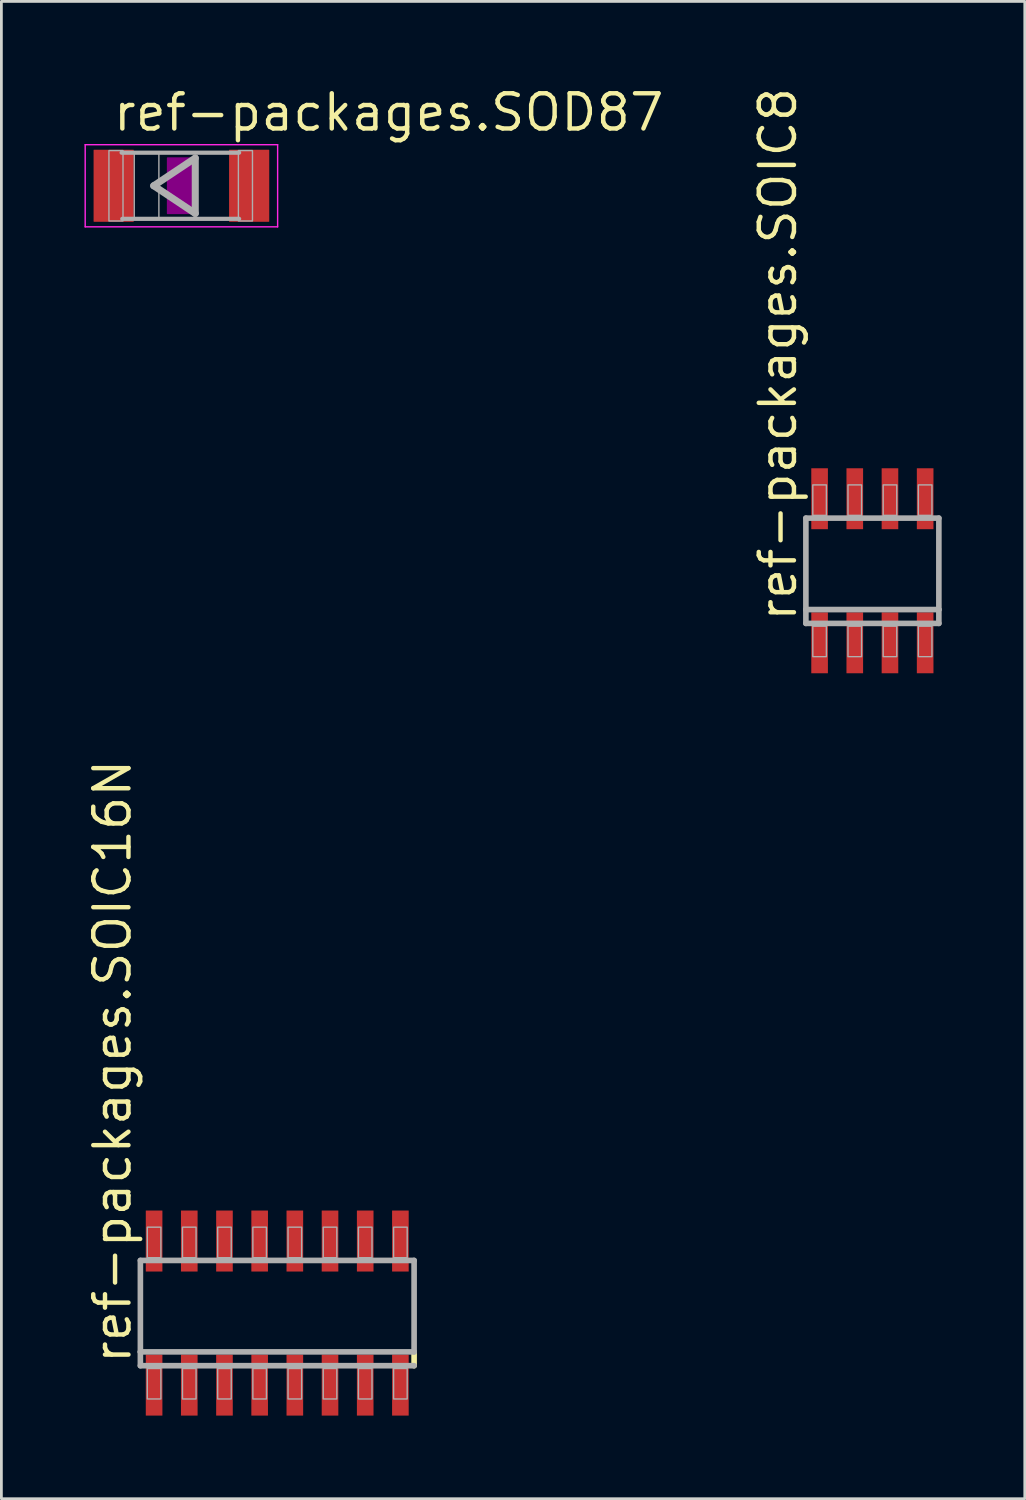
<source format=kicad_pcb>
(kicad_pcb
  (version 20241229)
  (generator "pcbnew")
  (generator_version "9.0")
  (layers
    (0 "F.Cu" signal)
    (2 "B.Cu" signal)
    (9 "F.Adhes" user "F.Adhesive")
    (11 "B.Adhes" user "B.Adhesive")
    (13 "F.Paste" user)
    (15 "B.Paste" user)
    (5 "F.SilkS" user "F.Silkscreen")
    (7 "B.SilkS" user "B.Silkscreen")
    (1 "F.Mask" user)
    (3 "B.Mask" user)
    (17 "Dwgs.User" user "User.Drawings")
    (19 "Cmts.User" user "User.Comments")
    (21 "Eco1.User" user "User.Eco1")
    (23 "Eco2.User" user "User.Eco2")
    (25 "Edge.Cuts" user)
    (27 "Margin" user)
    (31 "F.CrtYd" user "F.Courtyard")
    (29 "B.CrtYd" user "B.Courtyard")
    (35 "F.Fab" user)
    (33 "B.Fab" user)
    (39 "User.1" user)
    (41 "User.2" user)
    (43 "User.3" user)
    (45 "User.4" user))
  (footprint "ref-packages.SOD87"
    (layer "F.Cu")
    (at 3.498 3.655)
    (property "Reference" "ref-packages.SOD87" (at -2.54 -1.905 0) (layer "F.SilkS") (effects (font (size 1.27 1.27) (thickness 0.16)) (justify left bottom)))
    (attr smd)
    (fp_rect (start -0.5 1) (end 0.5 -1) (stroke (width 0.05) (type default)) (fill yes) (layer "F.Adhes"))
    (fp_line (start -3.473 -1.483) (end 3.473 -1.483) (stroke (width 0.051) (type default)) (layer "F.CrtYd"))
    (fp_line (start -3.473 1.483) (end -3.473 -1.483) (stroke (width 0.051) (type default)) (layer "F.CrtYd"))
    (fp_line (start 3.473 -1.483) (end 3.473 1.483) (stroke (width 0.051) (type default)) (layer "F.CrtYd"))
    (fp_line (start 3.473 1.483) (end -3.473 1.483) (stroke (width 0.051) (type default)) (layer "F.CrtYd"))
    (fp_line (start -1 0) (end 0.5 -1) (stroke (width 0.254) (type default)) (layer "F.Fab"))
    (fp_line (start 0.5 -1) (end 0.5 1) (stroke (width 0.254) (type default)) (layer "F.Fab"))
    (fp_line (start 0.5 1) (end -1 0) (stroke (width 0.254) (type default)) (layer "F.Fab"))
    (fp_line (start 2.083 -1.194) (end -2.159 -1.194) (stroke (width 0.152) (type default)) (layer "F.Fab"))
    (fp_line (start 2.083 1.194) (end -2.134 1.194) (stroke (width 0.152) (type default)) (layer "F.Fab"))
    (fp_rect (start -2.616 1.27) (end -2.108 -1.27) (stroke (width 0.05) (type default)) (fill no) (layer "F.Fab"))
    (fp_rect (start -1.702 1.194) (end -0.813 -1.194) (stroke (width 0.05) (type default)) (fill no) (layer "F.Fab"))
    (fp_rect (start 2.057 1.27) (end 2.565 -1.27) (stroke (width 0.05) (type default)) (fill no) (layer "F.Fab"))
    (pad "1" smd roundrect (at -2.445 0) (size 1.45 2.6) (layers "F.Cu" "F.Mask" "F.Paste") (roundrect_rratio 0.01))
    (pad "2" smd roundrect (at 2.445 0) (size 1.45 2.6) (layers "F.Cu" "F.Mask" "F.Paste") (roundrect_rratio 0.01)))
  (footprint "ref-packages.SOIC16N"
    (layer "F.Cu")
    (at 6.957 44.345)
    (property "Reference" "ref-packages.SOIC16N" (at -5.207 1.905 90) (layer "F.SilkS") (effects (font (size 1.27 1.27) (thickness 0.16)) (justify left bottom)))
    (attr smd)
    (fp_line (start 4.94 1.4) (end 4.94 1.9) (stroke (width 0.203) (type default)) (layer "F.SilkS"))
    (fp_line (start -4.94 -1.9) (end 4.94 -1.9) (stroke (width 0.203) (type default)) (layer "F.Fab"))
    (fp_line (start -4.94 1.4) (end -4.94 -1.9) (stroke (width 0.203) (type default)) (layer "F.Fab"))
    (fp_line (start -4.94 1.9) (end -4.94 1.4) (stroke (width 0.203) (type default)) (layer "F.Fab"))
    (fp_line (start 4.94 -1.9) (end 4.94 1.4) (stroke (width 0.203) (type default)) (layer "F.Fab"))
    (fp_line (start 4.94 1.4) (end -4.94 1.4) (stroke (width 0.203) (type default)) (layer "F.Fab"))
    (fp_line (start 4.94 1.9) (end -4.94 1.9) (stroke (width 0.203) (type default)) (layer "F.Fab"))
    (fp_rect (start -4.69 -2) (end -4.2 -3.1) (stroke (width 0.05) (type default)) (fill no) (layer "F.Fab"))
    (fp_rect (start -4.69 3.1) (end -4.2 2) (stroke (width 0.05) (type default)) (fill no) (layer "F.Fab"))
    (fp_rect (start -3.42 -2) (end -2.93 -3.1) (stroke (width 0.05) (type default)) (fill no) (layer "F.Fab"))
    (fp_rect (start -3.42 3.1) (end -2.93 2) (stroke (width 0.05) (type default)) (fill no) (layer "F.Fab"))
    (fp_rect (start -2.15 -2) (end -1.66 -3.1) (stroke (width 0.05) (type default)) (fill no) (layer "F.Fab"))
    (fp_rect (start -2.15 3.1) (end -1.66 2) (stroke (width 0.05) (type default)) (fill no) (layer "F.Fab"))
    (fp_rect (start -0.88 -2) (end -0.39 -3.1) (stroke (width 0.05) (type default)) (fill no) (layer "F.Fab"))
    (fp_rect (start -0.88 3.1) (end -0.39 2) (stroke (width 0.05) (type default)) (fill no) (layer "F.Fab"))
    (fp_rect (start 0.39 -2) (end 0.88 -3.1) (stroke (width 0.05) (type default)) (fill no) (layer "F.Fab"))
    (fp_rect (start 0.39 3.1) (end 0.88 2) (stroke (width 0.05) (type default)) (fill no) (layer "F.Fab"))
    (fp_rect (start 1.66 -2) (end 2.15 -3.1) (stroke (width 0.05) (type default)) (fill no) (layer "F.Fab"))
    (fp_rect (start 1.66 3.1) (end 2.15 2) (stroke (width 0.05) (type default)) (fill no) (layer "F.Fab"))
    (fp_rect (start 2.93 -2) (end 3.42 -3.1) (stroke (width 0.05) (type default)) (fill no) (layer "F.Fab"))
    (fp_rect (start 2.93 3.1) (end 3.42 2) (stroke (width 0.05) (type default)) (fill no) (layer "F.Fab"))
    (fp_rect (start 4.2 -2) (end 4.69 -3.1) (stroke (width 0.05) (type default)) (fill no) (layer "F.Fab"))
    (fp_rect (start 4.2 3.1) (end 4.69 2) (stroke (width 0.05) (type default)) (fill no) (layer "F.Fab"))
    (pad "1" smd roundrect (at -4.445 2.6) (size 0.6 2.2) (layers "F.Cu" "F.Mask" "F.Paste") (roundrect_rratio 0.01))
    (pad "2" smd roundrect (at -3.175 2.6) (size 0.6 2.2) (layers "F.Cu" "F.Mask" "F.Paste") (roundrect_rratio 0.01))
    (pad "3" smd roundrect (at -1.905 2.6) (size 0.6 2.2) (layers "F.Cu" "F.Mask" "F.Paste") (roundrect_rratio 0.01))
    (pad "4" smd roundrect (at -0.635 2.6) (size 0.6 2.2) (layers "F.Cu" "F.Mask" "F.Paste") (roundrect_rratio 0.01))
    (pad "5" smd roundrect (at 0.635 2.6) (size 0.6 2.2) (layers "F.Cu" "F.Mask" "F.Paste") (roundrect_rratio 0.01))
    (pad "6" smd roundrect (at 1.905 2.6) (size 0.6 2.2) (layers "F.Cu" "F.Mask" "F.Paste") (roundrect_rratio 0.01))
    (pad "7" smd roundrect (at 3.175 2.6) (size 0.6 2.2) (layers "F.Cu" "F.Mask" "F.Paste") (roundrect_rratio 0.01))
    (pad "8" smd roundrect (at 4.445 2.6) (size 0.6 2.2) (layers "F.Cu" "F.Mask" "F.Paste") (roundrect_rratio 0.01))
    (pad "9" smd roundrect (at 4.445 -2.6) (size 0.6 2.2) (layers "F.Cu" "F.Mask" "F.Paste") (roundrect_rratio 0.01))
    (pad "10" smd roundrect (at 3.175 -2.6) (size 0.6 2.2) (layers "F.Cu" "F.Mask" "F.Paste") (roundrect_rratio 0.01))
    (pad "11" smd roundrect (at 1.905 -2.6) (size 0.6 2.2) (layers "F.Cu" "F.Mask" "F.Paste") (roundrect_rratio 0.01))
    (pad "12" smd roundrect (at 0.635 -2.6) (size 0.6 2.2) (layers "F.Cu" "F.Mask" "F.Paste") (roundrect_rratio 0.01))
    (pad "13" smd roundrect (at -0.635 -2.6) (size 0.6 2.2) (layers "F.Cu" "F.Mask" "F.Paste") (roundrect_rratio 0.01))
    (pad "14" smd roundrect (at -1.905 -2.6) (size 0.6 2.2) (layers "F.Cu" "F.Mask" "F.Paste") (roundrect_rratio 0.01))
    (pad "15" smd roundrect (at -3.175 -2.6) (size 0.6 2.2) (layers "F.Cu" "F.Mask" "F.Paste") (roundrect_rratio 0.01))
    (pad "16" smd roundrect (at -4.445 -2.6) (size 0.6 2.2) (layers "F.Cu" "F.Mask" "F.Paste") (roundrect_rratio 0.01)))
  (footprint "ref-packages.SOIC8"
    (layer "F.Cu")
    (at 28.438 17.552)
    (property "Reference" "ref-packages.SOIC8" (at -2.667 1.905 90) (layer "F.SilkS") (effects (font (size 1.27 1.27) (thickness 0.16)) (justify left bottom)))
    (attr smd)
    (fp_line (start -2.4 -1.9) (end 2.4 -1.9) (stroke (width 0.203) (type default)) (layer "F.Fab"))
    (fp_line (start -2.4 1.4) (end -2.4 -1.9) (stroke (width 0.203) (type default)) (layer "F.Fab"))
    (fp_line (start -2.4 1.9) (end -2.4 1.4) (stroke (width 0.203) (type default)) (layer "F.Fab"))
    (fp_line (start 2.4 -1.9) (end 2.4 1.4) (stroke (width 0.203) (type default)) (layer "F.Fab"))
    (fp_line (start 2.4 1.4) (end -2.4 1.4) (stroke (width 0.203) (type default)) (layer "F.Fab"))
    (fp_line (start 2.4 1.4) (end 2.4 1.9) (stroke (width 0.203) (type default)) (layer "F.Fab"))
    (fp_line (start 2.4 1.9) (end -2.4 1.9) (stroke (width 0.203) (type default)) (layer "F.Fab"))
    (fp_rect (start -2.15 -2) (end -1.66 -3.1) (stroke (width 0.05) (type default)) (fill no) (layer "F.Fab"))
    (fp_rect (start -2.15 3.1) (end -1.66 2) (stroke (width 0.05) (type default)) (fill no) (layer "F.Fab"))
    (fp_rect (start -0.88 -2) (end -0.39 -3.1) (stroke (width 0.05) (type default)) (fill no) (layer "F.Fab"))
    (fp_rect (start -0.88 3.1) (end -0.39 2) (stroke (width 0.05) (type default)) (fill no) (layer "F.Fab"))
    (fp_rect (start 0.39 -2) (end 0.88 -3.1) (stroke (width 0.05) (type default)) (fill no) (layer "F.Fab"))
    (fp_rect (start 0.39 3.1) (end 0.88 2) (stroke (width 0.05) (type default)) (fill no) (layer "F.Fab"))
    (fp_rect (start 1.66 -2) (end 2.15 -3.1) (stroke (width 0.05) (type default)) (fill no) (layer "F.Fab"))
    (fp_rect (start 1.66 3.1) (end 2.15 2) (stroke (width 0.05) (type default)) (fill no) (layer "F.Fab"))
    (pad "1" smd roundrect (at -1.905 2.6) (size 0.6 2.2) (layers "F.Cu" "F.Mask" "F.Paste") (roundrect_rratio 0.01))
    (pad "2" smd roundrect (at -0.635 2.6) (size 0.6 2.2) (layers "F.Cu" "F.Mask" "F.Paste") (roundrect_rratio 0.01))
    (pad "3" smd roundrect (at 0.635 2.6) (size 0.6 2.2) (layers "F.Cu" "F.Mask" "F.Paste") (roundrect_rratio 0.01))
    (pad "4" smd roundrect (at 1.905 2.6) (size 0.6 2.2) (layers "F.Cu" "F.Mask" "F.Paste") (roundrect_rratio 0.01))
    (pad "5" smd roundrect (at 1.905 -2.6) (size 0.6 2.2) (layers "F.Cu" "F.Mask" "F.Paste") (roundrect_rratio 0.01))
    (pad "6" smd roundrect (at 0.635 -2.6) (size 0.6 2.2) (layers "F.Cu" "F.Mask" "F.Paste") (roundrect_rratio 0.01))
    (pad "7" smd roundrect (at -0.635 -2.6) (size 0.6 2.2) (layers "F.Cu" "F.Mask" "F.Paste") (roundrect_rratio 0.01))
    (pad "8" smd roundrect (at -1.905 -2.6) (size 0.6 2.2) (layers "F.Cu" "F.Mask" "F.Paste") (roundrect_rratio 0.01)))
  (gr_rect
    (start -3 -3)
    (end 33.939 51.045)
    (stroke (width 0.1) (type default))
    (fill no)
    (layer "Edge.Cuts")))
</source>
